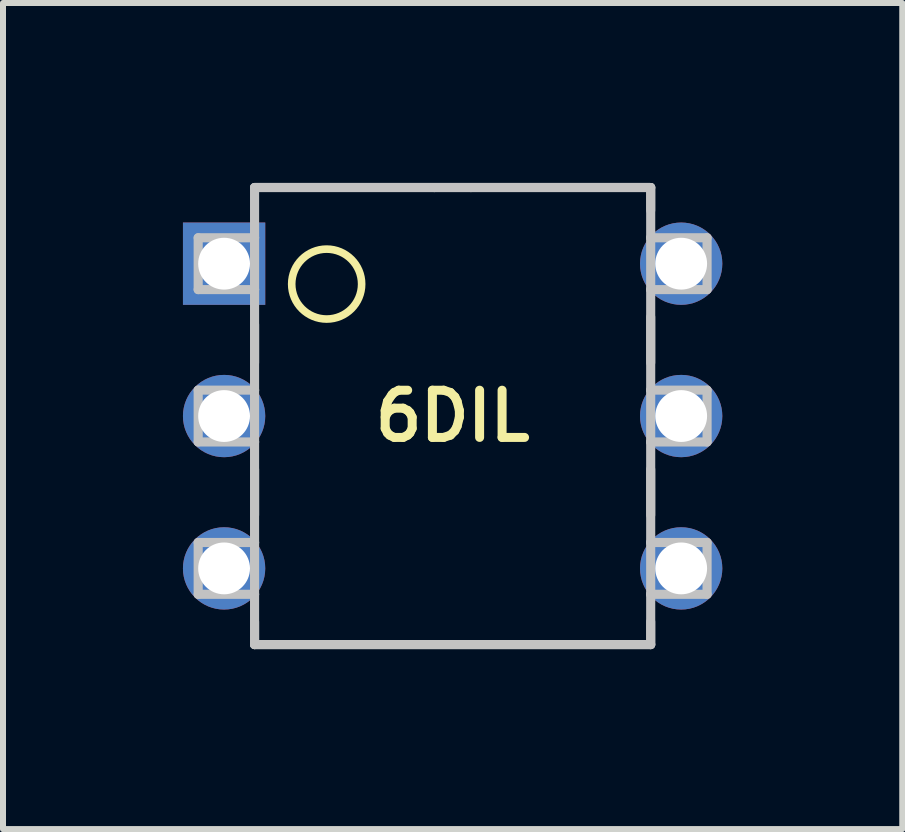
<source format=kicad_pcb>
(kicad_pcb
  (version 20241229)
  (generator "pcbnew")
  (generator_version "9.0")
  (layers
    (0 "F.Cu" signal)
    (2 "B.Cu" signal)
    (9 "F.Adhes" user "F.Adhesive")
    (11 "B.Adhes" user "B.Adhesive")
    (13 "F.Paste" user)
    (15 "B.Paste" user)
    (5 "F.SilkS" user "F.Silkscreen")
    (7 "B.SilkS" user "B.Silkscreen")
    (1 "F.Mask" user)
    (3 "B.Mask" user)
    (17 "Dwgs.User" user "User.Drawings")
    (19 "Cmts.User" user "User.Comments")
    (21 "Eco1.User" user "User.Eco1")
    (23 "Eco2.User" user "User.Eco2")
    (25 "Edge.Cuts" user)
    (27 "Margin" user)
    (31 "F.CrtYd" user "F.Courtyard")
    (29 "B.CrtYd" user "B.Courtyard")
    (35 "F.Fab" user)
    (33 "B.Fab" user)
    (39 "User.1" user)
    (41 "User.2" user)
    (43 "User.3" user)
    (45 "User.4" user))
  (footprint "6DIL"
    (layer "F.Cu")
    (at 4.496 3.886)
    (property "Reference" "6DIL" (at 0 0 0) (layer "F.SilkS") (effects (font (size 0.787 0.787) (thickness 0.15))))
    (attr through_hole)
    (fp_circle (center -2.1 -2.2) (end -1.517 -2.2) (stroke (width 0.127) (type solid)) (fill no) (layer "F.SilkS"))
    (fp_line (start -4.242 -2.972) (end -4.242 -2.108) (stroke (width 0.152) (type solid)) (layer "Dwgs.User"))
    (fp_line (start -4.242 -2.108) (end -3.302 -2.108) (stroke (width 0.152) (type solid)) (layer "Dwgs.User"))
    (fp_line (start -4.242 -0.432) (end -4.242 0.432) (stroke (width 0.152) (type solid)) (layer "Dwgs.User"))
    (fp_line (start -4.242 0.432) (end -3.302 0.432) (stroke (width 0.152) (type solid)) (layer "Dwgs.User"))
    (fp_line (start -4.242 2.108) (end -4.242 2.972) (stroke (width 0.152) (type solid)) (layer "Dwgs.User"))
    (fp_line (start -4.242 2.972) (end -3.302 2.972) (stroke (width 0.152) (type solid)) (layer "Dwgs.User"))
    (fp_line (start -3.302 -3.81) (end -3.302 -2.972) (stroke (width 0.152) (type solid)) (layer "Dwgs.User"))
    (fp_line (start -3.302 -2.972) (end -4.242 -2.972) (stroke (width 0.152) (type solid)) (layer "Dwgs.User"))
    (fp_line (start -3.302 -2.108) (end -3.302 -2.972) (stroke (width 0.152) (type solid)) (layer "Dwgs.User"))
    (fp_line (start -3.302 -2.108) (end -3.302 -0.432) (stroke (width 0.152) (type solid)) (layer "Dwgs.User"))
    (fp_line (start -3.302 -0.432) (end -4.242 -0.432) (stroke (width 0.152) (type solid)) (layer "Dwgs.User"))
    (fp_line (start -3.302 0.432) (end -3.302 -0.432) (stroke (width 0.152) (type solid)) (layer "Dwgs.User"))
    (fp_line (start -3.302 0.432) (end -3.302 2.108) (stroke (width 0.152) (type solid)) (layer "Dwgs.User"))
    (fp_line (start -3.302 2.108) (end -4.242 2.108) (stroke (width 0.152) (type solid)) (layer "Dwgs.User"))
    (fp_line (start -3.302 2.972) (end -3.302 2.108) (stroke (width 0.152) (type solid)) (layer "Dwgs.User"))
    (fp_line (start -3.302 2.972) (end -3.302 3.81) (stroke (width 0.152) (type solid)) (layer "Dwgs.User"))
    (fp_line (start -3.302 3.81) (end 3.302 3.81) (stroke (width 0.152) (type solid)) (layer "Dwgs.User"))
    (fp_line (start -0.305 -3.81) (end -3.302 -3.81) (stroke (width 0.152) (type solid)) (layer "Dwgs.User"))
    (fp_line (start 0.305 -3.81) (end -0.305 -3.81) (stroke (width 0.152) (type solid)) (layer "Dwgs.User"))
    (fp_line (start 3.302 -3.81) (end 0.305 -3.81) (stroke (width 0.152) (type solid)) (layer "Dwgs.User"))
    (fp_line (start 3.302 -2.972) (end 3.302 -3.81) (stroke (width 0.152) (type solid)) (layer "Dwgs.User"))
    (fp_line (start 3.302 -2.972) (end 3.302 -2.108) (stroke (width 0.152) (type solid)) (layer "Dwgs.User"))
    (fp_line (start 3.302 -2.108) (end 4.242 -2.108) (stroke (width 0.152) (type solid)) (layer "Dwgs.User"))
    (fp_line (start 3.302 -0.432) (end 3.302 -2.108) (stroke (width 0.152) (type solid)) (layer "Dwgs.User"))
    (fp_line (start 3.302 -0.432) (end 3.302 0.432) (stroke (width 0.152) (type solid)) (layer "Dwgs.User"))
    (fp_line (start 3.302 0.432) (end 4.242 0.432) (stroke (width 0.152) (type solid)) (layer "Dwgs.User"))
    (fp_line (start 3.302 2.108) (end 3.302 0.432) (stroke (width 0.152) (type solid)) (layer "Dwgs.User"))
    (fp_line (start 3.302 2.108) (end 3.302 2.972) (stroke (width 0.152) (type solid)) (layer "Dwgs.User"))
    (fp_line (start 3.302 2.972) (end 4.242 2.972) (stroke (width 0.152) (type solid)) (layer "Dwgs.User"))
    (fp_line (start 3.302 3.81) (end 3.302 2.972) (stroke (width 0.152) (type solid)) (layer "Dwgs.User"))
    (fp_line (start 4.242 -2.972) (end 3.302 -2.972) (stroke (width 0.152) (type solid)) (layer "Dwgs.User"))
    (fp_line (start 4.242 -2.108) (end 4.242 -2.972) (stroke (width 0.152) (type solid)) (layer "Dwgs.User"))
    (fp_line (start 4.242 -0.432) (end 3.302 -0.432) (stroke (width 0.152) (type solid)) (layer "Dwgs.User"))
    (fp_line (start 4.242 0.432) (end 4.242 -0.432) (stroke (width 0.152) (type solid)) (layer "Dwgs.User"))
    (fp_line (start 4.242 2.108) (end 3.302 2.108) (stroke (width 0.152) (type solid)) (layer "Dwgs.User"))
    (fp_line (start 4.242 2.972) (end 4.242 2.108) (stroke (width 0.152) (type solid)) (layer "Dwgs.User"))
    (fp_line (start -3.302 -1.524) (end -3.302 -0.889) (stroke (width 0.152) (type solid)) (layer "F.Fab"))
    (fp_line (start -3.302 0.889) (end -3.302 1.651) (stroke (width 0.152) (type solid)) (layer "F.Fab"))
    (fp_line (start -3.302 3.81) (end -3.302 3.429) (stroke (width 0.152) (type solid)) (layer "F.Fab"))
    (fp_line (start -3.302 3.81) (end 3.302 3.81) (stroke (width 0.152) (type solid)) (layer "F.Fab"))
    (fp_line (start -0.305 -3.81) (end -3.302 -3.81) (stroke (width 0.152) (type solid)) (layer "F.Fab"))
    (fp_line (start 0.305 -3.81) (end -0.305 -3.81) (stroke (width 0.152) (type solid)) (layer "F.Fab"))
    (fp_line (start 3.302 -3.81) (end 0.305 -3.81) (stroke (width 0.152) (type solid)) (layer "F.Fab"))
    (fp_line (start 3.302 -3.429) (end 3.302 -3.81) (stroke (width 0.152) (type solid)) (layer "F.Fab"))
    (fp_line (start 3.302 -0.889) (end 3.302 -1.651) (stroke (width 0.152) (type solid)) (layer "F.Fab"))
    (fp_line (start 3.302 1.651) (end 3.302 0.889) (stroke (width 0.152) (type solid)) (layer "F.Fab"))
    (fp_line (start 3.302 3.81) (end 3.302 3.429) (stroke (width 0.152) (type solid)) (layer "F.Fab"))
    (pad "1" thru_hole rect (at -3.81 -2.54) (size 1.372 1.372) (drill 0.864) (layers "*.Cu" "*.Mask"))
    (pad "2" thru_hole circle (at -3.81 0) (size 1.372 1.372) (drill 0.864) (layers "*.Cu" "*.Mask"))
    (pad "3" thru_hole circle (at -3.81 2.54) (size 1.372 1.372) (drill 0.864) (layers "*.Cu" "*.Mask"))
    (pad "4" thru_hole circle (at 3.81 2.54) (size 1.372 1.372) (drill 0.864) (layers "*.Cu" "*.Mask"))
    (pad "5" thru_hole circle (at 3.81 0) (size 1.372 1.372) (drill 0.864) (layers "*.Cu" "*.Mask"))
    (pad "6" thru_hole circle (at 3.81 -2.54) (size 1.372 1.372) (drill 0.864) (layers "*.Cu" "*.Mask")))
  (gr_rect
    (start -3 -3)
    (end 11.992 10.772)
    (stroke (width 0.1) (type default))
    (fill no)
    (layer "Edge.Cuts")))
</source>
